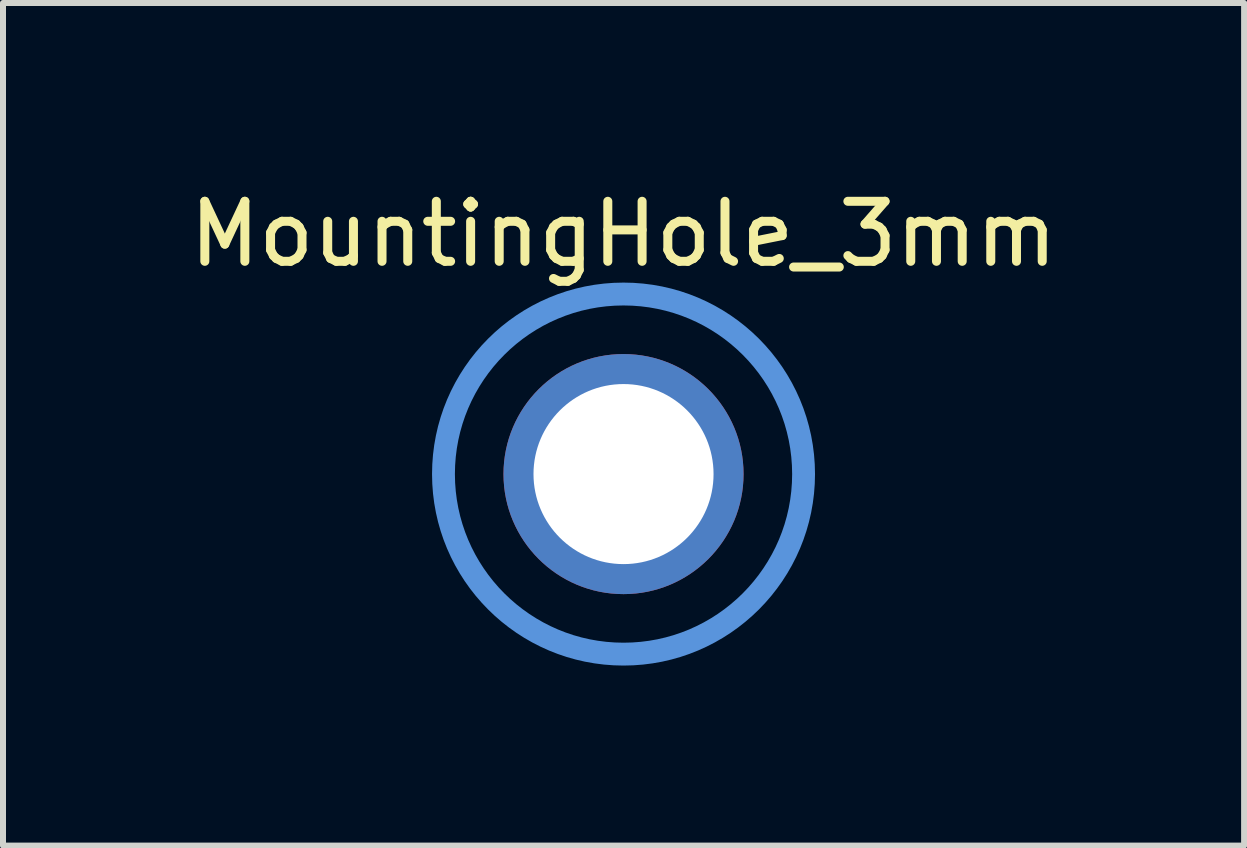
<source format=kicad_pcb>
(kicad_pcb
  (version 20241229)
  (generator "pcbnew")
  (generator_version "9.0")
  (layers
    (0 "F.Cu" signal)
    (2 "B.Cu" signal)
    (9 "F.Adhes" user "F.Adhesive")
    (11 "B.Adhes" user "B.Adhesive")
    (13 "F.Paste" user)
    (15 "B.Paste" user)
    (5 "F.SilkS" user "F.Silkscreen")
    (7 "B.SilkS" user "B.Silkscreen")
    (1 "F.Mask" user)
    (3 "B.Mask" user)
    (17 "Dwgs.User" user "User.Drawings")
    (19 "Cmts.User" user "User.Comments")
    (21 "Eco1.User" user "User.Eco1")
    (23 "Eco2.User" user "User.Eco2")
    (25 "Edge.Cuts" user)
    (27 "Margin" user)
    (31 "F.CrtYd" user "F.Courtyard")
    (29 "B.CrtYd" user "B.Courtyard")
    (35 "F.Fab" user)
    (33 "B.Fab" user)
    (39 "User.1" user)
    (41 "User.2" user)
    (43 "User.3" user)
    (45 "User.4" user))
  (footprint "MountingHole_3mm"
    (layer "F.Cu")
    (at 7.339 4.849)
    (property "Reference" "MountingHole_3mm" (at 0 -4 0) (layer "F.SilkS") (effects (font (size 1 1) (thickness 0.15))))
    (attr through_hole)
    (fp_circle (center 0 0) (end 3 0) (stroke (width 0.381) (type solid)) (fill no) (layer "Cmts.User"))
    (pad "" thru_hole circle (at 0 0) (size 4 4) (drill 3) (layers "B.Cu")))
  (gr_rect
    (start -3 -3)
    (end 17.679 11.039)
    (stroke (width 0.1) (type default))
    (fill no)
    (layer "Edge.Cuts")))
</source>
